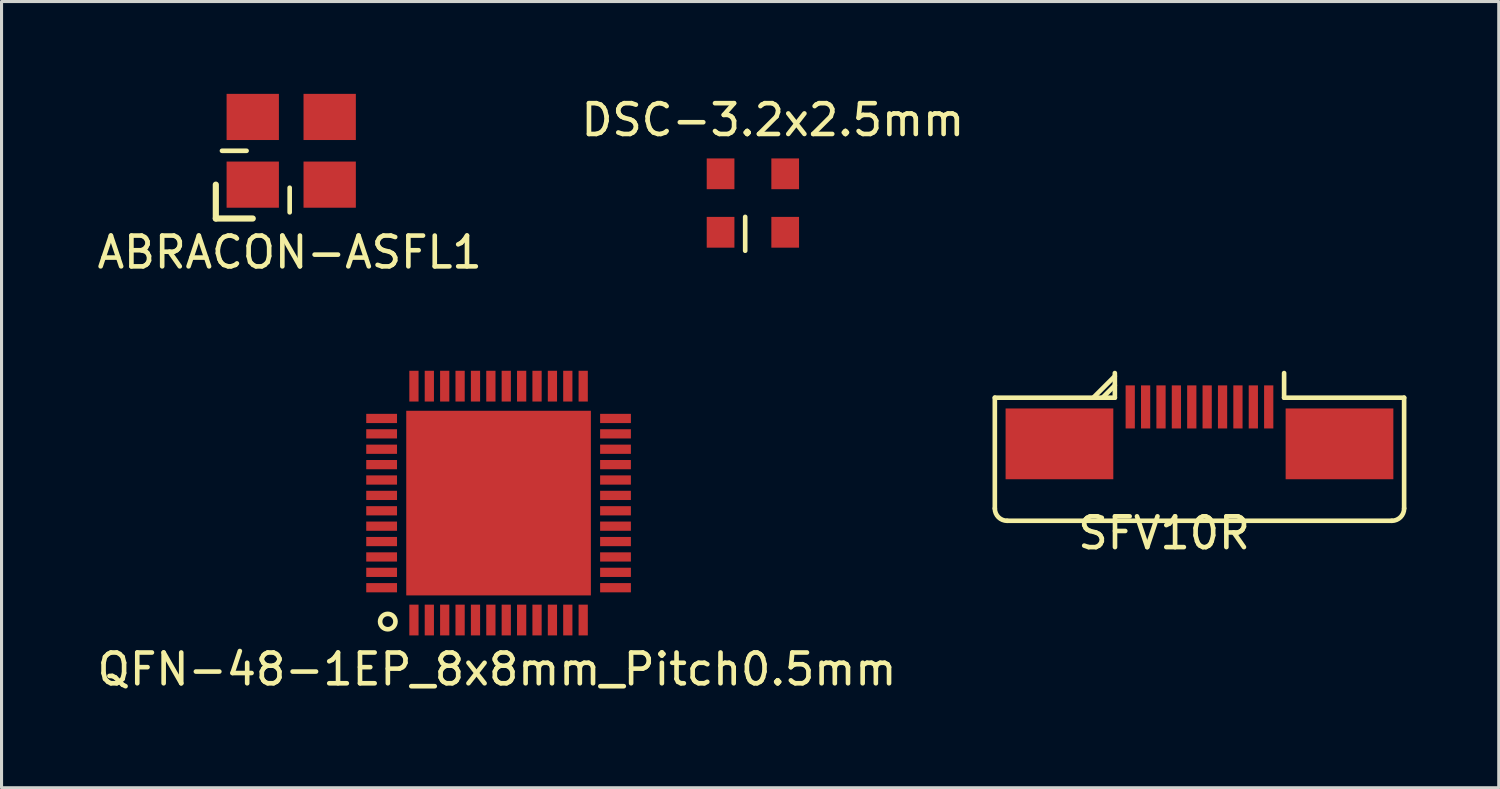
<source format=kicad_pcb>
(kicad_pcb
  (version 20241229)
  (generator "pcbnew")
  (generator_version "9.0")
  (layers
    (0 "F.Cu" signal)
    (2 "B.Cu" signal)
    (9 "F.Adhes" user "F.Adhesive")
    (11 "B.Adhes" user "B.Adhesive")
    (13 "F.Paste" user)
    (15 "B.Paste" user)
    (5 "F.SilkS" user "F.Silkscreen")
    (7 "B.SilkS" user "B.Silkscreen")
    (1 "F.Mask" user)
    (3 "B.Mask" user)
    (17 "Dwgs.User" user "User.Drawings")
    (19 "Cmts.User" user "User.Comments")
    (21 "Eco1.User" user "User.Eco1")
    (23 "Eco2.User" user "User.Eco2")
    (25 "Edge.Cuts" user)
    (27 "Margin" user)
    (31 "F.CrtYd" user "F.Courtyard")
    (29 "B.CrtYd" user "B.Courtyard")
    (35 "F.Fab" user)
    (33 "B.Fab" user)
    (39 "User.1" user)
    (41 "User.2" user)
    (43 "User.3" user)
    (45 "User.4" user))
  (footprint "QFN-48-1EP_8x8mm_Pitch0.5mm"
    (layer "F.Cu")
    (at 13.101 13.298)
    (property "Reference" "QFN-48-1EP_8x8mm_Pitch0.5mm" (at 0 5.4 0) (layer "F.SilkS") (effects (font (size 1 1) (thickness 0.15))))
    (attr through_hole)
    (fp_circle (center -3.55 3.85) (end -3.4 4.05) (stroke (width 0.15) (type solid)) (fill no) (layer "F.SilkS"))
    (pad "1" smd rect (at -2.7 3.8) (size 0.3 1) (layers "F.Cu" "F.Mask" "F.Paste"))
    (pad "2" smd rect (at -2.2 3.8) (size 0.3 1) (layers "F.Cu" "F.Mask" "F.Paste"))
    (pad "3" smd rect (at -1.7 3.8) (size 0.3 1) (layers "F.Cu" "F.Mask" "F.Paste"))
    (pad "4" smd rect (at -1.2 3.8) (size 0.3 1) (layers "F.Cu" "F.Mask" "F.Paste"))
    (pad "5" smd rect (at -0.7 3.8) (size 0.3 1) (layers "F.Cu" "F.Mask" "F.Paste"))
    (pad "6" smd rect (at -0.2 3.8) (size 0.3 1) (layers "F.Cu" "F.Mask" "F.Paste"))
    (pad "7" smd rect (at 0.3 3.8) (size 0.3 1) (layers "F.Cu" "F.Mask" "F.Paste"))
    (pad "8" smd rect (at 0.8 3.8) (size 0.3 1) (layers "F.Cu" "F.Mask" "F.Paste"))
    (pad "9" smd rect (at 1.3 3.8) (size 0.3 1) (layers "F.Cu" "F.Mask" "F.Paste"))
    (pad "10" smd rect (at 1.8 3.8) (size 0.3 1) (layers "F.Cu" "F.Mask" "F.Paste"))
    (pad "11" smd rect (at 2.3 3.8) (size 0.3 1) (layers "F.Cu" "F.Mask" "F.Paste"))
    (pad "12" smd rect (at 2.8 3.8) (size 0.3 1) (layers "F.Cu" "F.Mask" "F.Paste"))
    (pad "13" smd rect (at 3.85 2.75 90) (size 0.3 1) (layers "F.Cu" "F.Mask" "F.Paste"))
    (pad "14" smd rect (at 3.85 2.25 90) (size 0.3 1) (layers "F.Cu" "F.Mask" "F.Paste"))
    (pad "15" smd rect (at 3.85 1.75 90) (size 0.3 1) (layers "F.Cu" "F.Mask" "F.Paste"))
    (pad "16" smd rect (at 3.85 1.25 90) (size 0.3 1) (layers "F.Cu" "F.Mask" "F.Paste"))
    (pad "17" smd rect (at 3.85 0.75 90) (size 0.3 1) (layers "F.Cu" "F.Mask" "F.Paste"))
    (pad "18" smd rect (at 3.85 0.25 90) (size 0.3 1) (layers "F.Cu" "F.Mask" "F.Paste"))
    (pad "19" smd rect (at 3.85 -0.25 90) (size 0.3 1) (layers "F.Cu" "F.Mask" "F.Paste"))
    (pad "20" smd rect (at 3.85 -0.75 90) (size 0.3 1) (layers "F.Cu" "F.Mask" "F.Paste"))
    (pad "21" smd rect (at 3.85 -1.25 90) (size 0.3 1) (layers "F.Cu" "F.Mask" "F.Paste"))
    (pad "22" smd rect (at 3.85 -1.75 90) (size 0.3 1) (layers "F.Cu" "F.Mask" "F.Paste"))
    (pad "23" smd rect (at 3.85 -2.25 90) (size 0.3 1) (layers "F.Cu" "F.Mask" "F.Paste"))
    (pad "24" smd rect (at 3.85 -2.75 90) (size 0.3 1) (layers "F.Cu" "F.Mask" "F.Paste"))
    (pad "25" smd rect (at 2.8 -3.8 180) (size 0.3 1) (layers "F.Cu" "F.Mask" "F.Paste"))
    (pad "26" smd rect (at 2.3 -3.8 180) (size 0.3 1) (layers "F.Cu" "F.Mask" "F.Paste"))
    (pad "27" smd rect (at 1.8 -3.8 180) (size 0.3 1) (layers "F.Cu" "F.Mask" "F.Paste"))
    (pad "28" smd rect (at 1.3 -3.8 180) (size 0.3 1) (layers "F.Cu" "F.Mask" "F.Paste"))
    (pad "29" smd rect (at 0.8 -3.8 180) (size 0.3 1) (layers "F.Cu" "F.Mask" "F.Paste"))
    (pad "30" smd rect (at 0.3 -3.8 180) (size 0.3 1) (layers "F.Cu" "F.Mask" "F.Paste"))
    (pad "31" smd rect (at -0.2 -3.8 180) (size 0.3 1) (layers "F.Cu" "F.Mask" "F.Paste"))
    (pad "32" smd rect (at -0.7 -3.8 180) (size 0.3 1) (layers "F.Cu" "F.Mask" "F.Paste"))
    (pad "33" smd rect (at -1.2 -3.8 180) (size 0.3 1) (layers "F.Cu" "F.Mask" "F.Paste"))
    (pad "34" smd rect (at -1.7 -3.8 180) (size 0.3 1) (layers "F.Cu" "F.Mask" "F.Paste"))
    (pad "35" smd rect (at -2.2 -3.8 180) (size 0.3 1) (layers "F.Cu" "F.Mask" "F.Paste"))
    (pad "36" smd rect (at -2.7 -3.8 180) (size 0.3 1) (layers "F.Cu" "F.Mask" "F.Paste"))
    (pad "37" smd rect (at -3.75 -2.75 270) (size 0.3 1) (layers "F.Cu" "F.Mask" "F.Paste"))
    (pad "38" smd rect (at -3.75 -2.25 270) (size 0.3 1) (layers "F.Cu" "F.Mask" "F.Paste"))
    (pad "39" smd rect (at -3.75 -1.75 270) (size 0.3 1) (layers "F.Cu" "F.Mask" "F.Paste"))
    (pad "40" smd rect (at -3.75 -1.25 270) (size 0.3 1) (layers "F.Cu" "F.Mask" "F.Paste"))
    (pad "41" smd rect (at -3.75 -0.75 270) (size 0.3 1) (layers "F.Cu" "F.Mask" "F.Paste"))
    (pad "42" smd rect (at -3.75 -0.25 270) (size 0.3 1) (layers "F.Cu" "F.Mask" "F.Paste"))
    (pad "43" smd rect (at -3.75 0.25 270) (size 0.3 1) (layers "F.Cu" "F.Mask" "F.Paste"))
    (pad "44" smd rect (at -3.75 0.75 270) (size 0.3 1) (layers "F.Cu" "F.Mask" "F.Paste"))
    (pad "45" smd rect (at -3.75 1.25 270) (size 0.3 1) (layers "F.Cu" "F.Mask" "F.Paste"))
    (pad "46" smd rect (at -3.75 1.75 270) (size 0.3 1) (layers "F.Cu" "F.Mask" "F.Paste"))
    (pad "47" smd rect (at -3.75 2.25 270) (size 0.3 1) (layers "F.Cu" "F.Mask" "F.Paste"))
    (pad "48" smd rect (at -3.75 2.75 270) (size 0.3 1) (layers "F.Cu" "F.Mask" "F.Paste"))
    (pad "49" smd rect (at 0.05 0) (size 6 6) (layers "F.Cu" "F.Mask" "F.Paste")))
  (footprint "SFV10R"
    (layer "F.Cu")
    (at 34.777 13.773)
    (property "Reference" "SFV10R" (at 0 0.5 0) (layer "F.SilkS") (effects (font (size 1 1) (thickness 0.15))))
    (attr through_hole)
    (fp_line (start -5.5 -3.9) (end -5.5 -0.3) (stroke (width 0.15) (type solid)) (layer "F.SilkS"))
    (fp_line (start -5.1 0.1) (end 7.4 0.1) (stroke (width 0.15) (type solid)) (layer "F.SilkS"))
    (fp_line (start -1.6 -4.7) (end -1.6 -3.9) (stroke (width 0.15) (type solid)) (layer "F.SilkS"))
    (fp_line (start -1.6 -4.6) (end -2.3 -3.9) (stroke (width 0.15) (type solid)) (layer "F.SilkS"))
    (fp_line (start -1.6 -4.3) (end -2 -3.9) (stroke (width 0.15) (type solid)) (layer "F.SilkS"))
    (fp_line (start -1.6 -3.9) (end -5.5 -3.9) (stroke (width 0.15) (type solid)) (layer "F.SilkS"))
    (fp_line (start 3.9 -3.9) (end 3.9 -4.7) (stroke (width 0.15) (type solid)) (layer "F.SilkS"))
    (fp_line (start 3.9 -3.9) (end 7.8 -3.9) (stroke (width 0.15) (type solid)) (layer "F.SilkS"))
    (fp_line (start 7.8 -0.3) (end 7.8 -3.9) (stroke (width 0.15) (type solid)) (layer "F.SilkS"))
    (fp_arc (start -5.1 0.1) (mid -5.382843 -0.017157) (end -5.5 -0.3) (stroke (width 0.15) (type solid)) (layer "F.SilkS"))
    (fp_arc (start 7.8 -0.3) (mid 7.682843 -0.017157) (end 7.4 0.1) (stroke (width 0.15) (type solid)) (layer "F.SilkS"))
    (pad "1" smd rect (at -1.1 -3.6) (size 0.3 1.4) (layers "F.Cu" "F.Mask" "F.Paste"))
    (pad "2" smd rect (at -0.6 -3.6) (size 0.3 1.4) (layers "F.Cu" "F.Mask" "F.Paste"))
    (pad "3" smd rect (at -0.1 -3.6) (size 0.3 1.4) (layers "F.Cu" "F.Mask" "F.Paste"))
    (pad "4" smd rect (at 0.4 -3.6) (size 0.3 1.4) (layers "F.Cu" "F.Mask" "F.Paste"))
    (pad "5" smd rect (at 0.9 -3.6) (size 0.3 1.4) (layers "F.Cu" "F.Mask" "F.Paste"))
    (pad "6" smd rect (at 1.4 -3.6) (size 0.3 1.4) (layers "F.Cu" "F.Mask" "F.Paste"))
    (pad "7" smd rect (at 1.9 -3.6) (size 0.3 1.4) (layers "F.Cu" "F.Mask" "F.Paste"))
    (pad "8" smd rect (at 2.4 -3.6) (size 0.3 1.4) (layers "F.Cu" "F.Mask" "F.Paste"))
    (pad "9" smd rect (at 2.9 -3.6) (size 0.3 1.4) (layers "F.Cu" "F.Mask" "F.Paste"))
    (pad "10" smd rect (at 3.4 -3.6) (size 0.3 1.4) (layers "F.Cu" "F.Mask" "F.Paste"))
    (pad "11" smd rect (at -3.4 -2.4) (size 3.5 2.3) (layers "F.Cu" "F.Mask" "F.Paste"))
    (pad "11" smd rect (at 5.7 -2.4) (size 3.5 2.3) (layers "F.Cu" "F.Mask" "F.Paste")))
  (footprint "DSC-3.2x2.5mm"
    (layer "F.Cu")
    (at 21.415 3.548)
    (property "Reference" "DSC-3.2x2.5mm" (at 0.65 -2.7 0) (layer "F.SilkS") (effects (font (size 1 1) (thickness 0.15))))
    (attr through_hole)
    (fp_line (start -0.25 0.45) (end -0.25 1.55) (stroke (width 0.15) (type solid)) (layer "F.SilkS"))
    (pad "1" smd rect (at -1.05 0.95) (size 0.9 1) (layers "F.Cu" "F.Mask" "F.Paste"))
    (pad "2" smd rect (at 1.05 0.95) (size 0.9 1) (layers "F.Cu" "F.Mask" "F.Paste"))
    (pad "3" smd rect (at 1.05 -0.95) (size 0.9 1) (layers "F.Cu" "F.Mask" "F.Paste"))
    (pad "4" smd rect (at -1.05 -0.95) (size 0.9 1) (layers "F.Cu" "F.Mask" "F.Paste")))
  (footprint "ABRACON-ASFL1"
    (layer "F.Cu")
    (at 6.363 1.85)
    (property "Reference" "ABRACON-ASFL1" (at 0 3.3 0) (layer "F.SilkS") (effects (font (size 1 1) (thickness 0.15))))
    (attr through_hole)
    (fp_line (start -2.4 1.1) (end -2.4 2.2) (stroke (width 0.2) (type solid)) (layer "F.SilkS"))
    (fp_line (start -2.4 2.2) (end -1.2 2.2) (stroke (width 0.2) (type solid)) (layer "F.SilkS"))
    (fp_line (start -1.4 0) (end -2.2 0) (stroke (width 0.15) (type solid)) (layer "F.SilkS"))
    (fp_line (start 0 1.2) (end 0 2) (stroke (width 0.15) (type solid)) (layer "F.SilkS"))
    (pad "1" smd rect (at -1.2 1.1) (size 1.7 1.5) (layers "F.Cu" "F.Mask" "F.Paste"))
    (pad "2" smd rect (at 1.3 1.1) (size 1.7 1.5) (layers "F.Cu" "F.Mask" "F.Paste"))
    (pad "3" smd rect (at 1.3 -1.1) (size 1.7 1.5) (layers "F.Cu" "F.Mask" "F.Paste"))
    (pad "4" smd rect (at -1.2 -1.1) (size 1.7 1.5) (layers "F.Cu" "F.Mask" "F.Paste")))
  (gr_rect
    (start -3 -3)
    (end 45.652 22.547)
    (stroke (width 0.1) (type default))
    (fill no)
    (layer "Edge.Cuts")))
</source>
